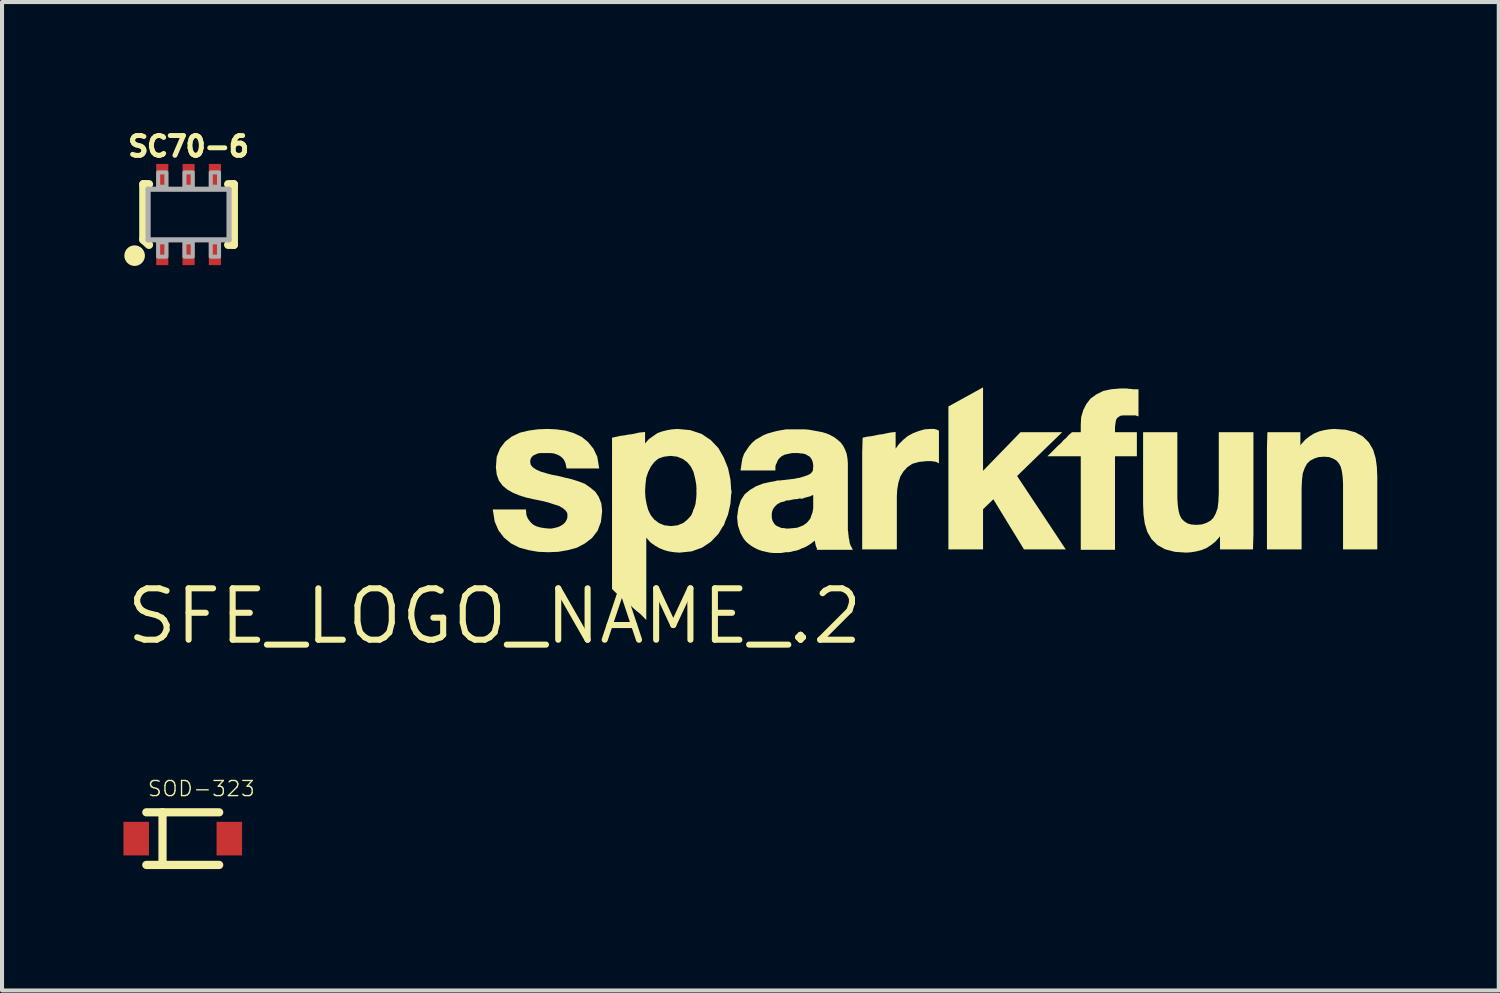
<source format=kicad_pcb>
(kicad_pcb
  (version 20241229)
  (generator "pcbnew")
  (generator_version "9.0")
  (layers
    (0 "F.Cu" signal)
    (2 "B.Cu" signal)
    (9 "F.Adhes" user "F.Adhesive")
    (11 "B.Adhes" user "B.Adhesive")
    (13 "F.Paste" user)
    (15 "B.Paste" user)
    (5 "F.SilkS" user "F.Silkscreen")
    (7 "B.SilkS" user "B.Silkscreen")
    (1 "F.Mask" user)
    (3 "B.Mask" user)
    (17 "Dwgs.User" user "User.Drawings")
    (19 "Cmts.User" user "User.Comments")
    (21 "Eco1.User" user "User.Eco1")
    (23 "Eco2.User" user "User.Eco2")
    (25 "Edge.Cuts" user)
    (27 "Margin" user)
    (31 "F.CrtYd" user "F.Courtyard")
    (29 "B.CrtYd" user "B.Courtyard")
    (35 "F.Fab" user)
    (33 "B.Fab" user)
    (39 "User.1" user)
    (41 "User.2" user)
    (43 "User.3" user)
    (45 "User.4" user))
  (footprint "SC70-6"
    (layer "F.Cu")
    (at 1.609 2.25)
    (property "Reference" "SC70-6" (at 0 -1.397 0) (layer "F.SilkS") (effects (font (size 0.488 0.488) (thickness 0.122)) (justify bottom)))
    (fp_line (start -1.118 -0.749) (end -1.118 0.622) (stroke (width 0.203) (type solid)) (layer "F.SilkS"))
    (fp_line (start -1.118 0.622) (end -0.978 0.749) (stroke (width 0.203) (type solid)) (layer "F.SilkS"))
    (fp_line (start -0.978 -0.749) (end -1.118 -0.749) (stroke (width 0.203) (type solid)) (layer "F.SilkS"))
    (fp_line (start 0.978 0.749) (end 1.118 0.749) (stroke (width 0.203) (type solid)) (layer "F.SilkS"))
    (fp_line (start 1.118 -0.749) (end 0.978 -0.749) (stroke (width 0.203) (type solid)) (layer "F.SilkS"))
    (fp_line (start 1.118 0.749) (end 1.118 -0.749) (stroke (width 0.203) (type solid)) (layer "F.SilkS"))
    (fp_circle (center -1.333 1.016) (end -1.206 1.016) (stroke (width 0.254) (type solid)) (fill yes) (layer "F.SilkS"))
    (fp_line (start -1 -0.625) (end -1 0.625) (stroke (width 0.127) (type solid)) (layer "F.Fab"))
    (fp_line (start -1 0.625) (end 1 0.625) (stroke (width 0.127) (type solid)) (layer "F.Fab"))
    (fp_line (start 1 -0.625) (end -1 -0.625) (stroke (width 0.127) (type solid)) (layer "F.Fab"))
    (fp_line (start 1 0.625) (end 1 -0.625) (stroke (width 0.127) (type solid)) (layer "F.Fab"))
    (fp_poly (pts (xy -0.752 -0.686) (xy -0.548 -0.686) (xy -0.548 -1.041) (xy -0.752 -1.041)) (stroke (width 0.1) (type solid)) (fill no) (layer "F.Fab"))
    (fp_poly (pts (xy -0.752 1.041) (xy -0.548 1.041) (xy -0.548 0.686) (xy -0.752 0.686)) (stroke (width 0.1) (type solid)) (fill no) (layer "F.Fab"))
    (fp_poly (pts (xy -0.102 -0.686) (xy 0.102 -0.686) (xy 0.102 -1.041) (xy -0.102 -1.041)) (stroke (width 0.1) (type solid)) (fill no) (layer "F.Fab"))
    (fp_poly (pts (xy -0.102 1.041) (xy 0.102 1.041) (xy 0.102 0.686) (xy -0.102 0.686)) (stroke (width 0.1) (type solid)) (fill no) (layer "F.Fab"))
    (fp_poly (pts (xy 0.548 -0.686) (xy 0.752 -0.686) (xy 0.752 -1.041) (xy 0.548 -1.041)) (stroke (width 0.1) (type solid)) (fill no) (layer "F.Fab"))
    (fp_poly (pts (xy 0.548 1.041) (xy 0.752 1.041) (xy 0.752 0.686) (xy 0.548 0.686)) (stroke (width 0.1) (type solid)) (fill no) (layer "F.Fab"))
    (pad "1" smd rect (at -0.65 0.92 180) (size 0.3 0.66) (layers "F.Cu" "F.Mask" "F.Paste"))
    (pad "2" smd rect (at 0 0.92 180) (size 0.3 0.66) (layers "F.Cu" "F.Mask" "F.Paste"))
    (pad "3" smd rect (at 0.65 0.92 180) (size 0.3 0.66) (layers "F.Cu" "F.Mask" "F.Paste"))
    (pad "4" smd rect (at 0.65 -0.92) (size 0.3 0.66) (layers "F.Cu" "F.Mask" "F.Paste"))
    (pad "5" smd rect (at 0 -0.92) (size 0.3 0.66) (layers "F.Cu" "F.Mask" "F.Paste"))
    (pad "6" smd rect (at -0.65 -0.92) (size 0.3 0.66) (layers "F.Cu" "F.Mask" "F.Paste")))
  (footprint "SOD-323"
    (layer "F.Cu")
    (at 1.465 17.669)
    (property "Reference" "SOD-323" (at -0.889 -1.016 0) (layer "F.SilkS") (effects (font (size 0.374 0.374) (thickness 0.033)) (justify left bottom)))
    (fp_line (start -0.9 -0.65) (end -0.5 -0.65) (stroke (width 0.203) (type solid)) (layer "F.SilkS"))
    (fp_line (start -0.9 0.65) (end -0.5 0.65) (stroke (width 0.203) (type solid)) (layer "F.SilkS"))
    (fp_line (start -0.5 -0.65) (end -0.5 0.65) (stroke (width 0.203) (type solid)) (layer "F.SilkS"))
    (fp_line (start -0.5 -0.65) (end 0.9 -0.65) (stroke (width 0.203) (type solid)) (layer "F.SilkS"))
    (fp_line (start -0.5 0.65) (end 0.9 0.65) (stroke (width 0.203) (type solid)) (layer "F.SilkS"))
    (pad "A" smd rect (at 1.15 0) (size 0.63 0.83) (layers "F.Cu" "F.Mask" "F.Paste"))
    (pad "C" smd rect (at -1.15 0) (size 0.63 0.83) (layers "F.Cu" "F.Mask" "F.Paste")))
  (footprint "SFE_LOGO_NAME_.2"
    (layer "F.Cu")
    (at 9.169 12.175)
    (property "Reference" "SFE_LOGO_NAME_.2" (at 0 0 0) (layer "F.SilkS") (effects (font (size 1.27 1.27) (thickness 0.15))))
    (fp_poly (pts (xy 5.851 -3.107) (xy 5.828 -2.784) (xy 5.766 -2.508) (xy 5.65 -2.228) (xy 4.903 -2.59) (xy 4.963 -2.768) (xy 4.982 -2.923) (xy 4.994 -3.129)) (stroke (width 0) (type solid)) (fill yes) (layer "F.SilkS"))
    (fp_poly (pts (xy 12.068 -3.594) (xy 12.994 -4.548) (xy 14.024 -4.548) (xy 12.909 -3.465) (xy 14.111 -1.652) (xy 13.079 -1.652) (xy 12.322 -2.89) (xy 12.068 -2.644) (xy 12.068 -1.652) (xy 11.212 -1.652) (xy 11.212 -5.183) (xy 12.068 -5.655)) (stroke (width 0) (type solid)) (fill yes) (layer "F.SilkS"))
    (fp_poly (pts (xy 7.638 -2.912) (xy 7.545 -2.912) (xy 7.508 -2.903) (xy 7.454 -2.892) (xy 7.405 -2.892) (xy 7.368 -2.883) (xy 7.318 -2.873) (xy 7.275 -2.862) (xy 7.225 -2.862) (xy 7.188 -2.853) (xy 7.104 -2.836) (xy 6.939 -3.343) (xy 7.166 -3.368) (xy 7.335 -3.388) (xy 7.519 -3.412)) (stroke (width 0) (type solid)) (fill yes) (layer "F.SilkS"))
    (fp_poly (pts (xy 10.889 -4.618) (xy 10.909 -4.618) (xy 10.937 -4.604) (xy 10.978 -4.584) (xy 10.978 -3.778) (xy 10.907 -3.814) (xy 10.875 -3.822) (xy 10.845 -3.822) (xy 10.805 -3.832) (xy 10.672 -3.832) (xy 10.477 -3.812) (xy 10.317 -3.765) (xy 10.195 -3.681) (xy 10.101 -3.577) (xy 10.025 -3.454) (xy 9.977 -3.301) (xy 9.948 -3.136) (xy 9.938 -2.959) (xy 9.938 -1.652) (xy 9.082 -1.652) (xy 9.082 -4.041) (xy 9.093 -4.411) (xy 9.214 -4.438) (xy 9.304 -4.448) (xy 9.402 -4.467) (xy 9.494 -4.488) (xy 9.584 -4.498) (xy 9.672 -4.517) (xy 9.774 -4.538) (xy 9.908 -4.553) (xy 9.908 -4.141) (xy 9.991 -4.255) (xy 10.094 -4.358) (xy 10.209 -4.452) (xy 10.344 -4.525) (xy 10.478 -4.576) (xy 10.623 -4.618) (xy 10.769 -4.628) (xy 10.869 -4.628)) (stroke (width 0) (type solid)) (fill yes) (layer "F.SilkS"))
    (fp_poly (pts (xy 15.674 -5.618) (xy 15.724 -5.618) (xy 15.774 -5.608) (xy 15.908 -5.608) (xy 15.908 -4.937) (xy 15.834 -4.962) (xy 15.523 -4.962) (xy 15.463 -4.953) (xy 15.421 -4.928) (xy 15.387 -4.903) (xy 15.364 -4.872) (xy 15.347 -4.821) (xy 15.338 -4.755) (xy 15.328 -4.678) (xy 15.328 -4.548) (xy 15.868 -4.548) (xy 15.868 -3.952) (xy 15.328 -3.952) (xy 15.328 -1.642) (xy 14.482 -1.642) (xy 14.482 -3.952) (xy 13.658 -3.952) (xy 13.853 -4.147) (xy 13.924 -4.218) (xy 13.993 -4.277) (xy 14.053 -4.347) (xy 14.123 -4.407) (xy 14.183 -4.477) (xy 14.266 -4.548) (xy 14.482 -4.548) (xy 14.482 -4.731) (xy 14.492 -4.917) (xy 14.544 -5.094) (xy 14.618 -5.24) (xy 14.723 -5.378) (xy 14.87 -5.483) (xy 15.037 -5.566) (xy 15.234 -5.608) (xy 15.458 -5.628) (xy 15.624 -5.628)) (stroke (width 0) (type solid)) (fill yes) (layer "F.SilkS"))
    (fp_poly (pts (xy 16.868 -2.921) (xy 16.878 -2.754) (xy 16.897 -2.617) (xy 16.926 -2.503) (xy 16.971 -2.413) (xy 17.034 -2.35) (xy 17.116 -2.295) (xy 17.207 -2.268) (xy 17.33 -2.258) (xy 17.473 -2.268) (xy 17.585 -2.305) (xy 17.687 -2.361) (xy 17.759 -2.433) (xy 17.815 -2.536) (xy 17.863 -2.669) (xy 17.882 -2.833) (xy 17.892 -3.031) (xy 17.892 -4.548) (xy 18.748 -4.548) (xy 18.748 -2.039) (xy 18.737 -1.652) (xy 17.922 -1.652) (xy 17.922 -1.977) (xy 17.9 -1.946) (xy 17.806 -1.842) (xy 17.702 -1.759) (xy 17.588 -1.686) (xy 17.462 -1.634) (xy 17.338 -1.603) (xy 17.215 -1.582) (xy 17.09 -1.572) (xy 16.804 -1.592) (xy 16.566 -1.654) (xy 16.377 -1.759) (xy 16.23 -1.906) (xy 16.125 -2.085) (xy 16.063 -2.292) (xy 16.032 -2.517) (xy 16.022 -2.769) (xy 16.022 -4.548) (xy 16.868 -4.548)) (stroke (width 0) (type solid)) (fill yes) (layer "F.SilkS"))
    (fp_poly (pts (xy 21.026 -4.608) (xy 21.264 -4.546) (xy 21.453 -4.441) (xy 21.6 -4.294) (xy 21.705 -4.115) (xy 21.767 -3.908) (xy 21.798 -3.683) (xy 21.808 -3.431) (xy 21.808 -1.652) (xy 20.962 -1.652) (xy 20.962 -3.279) (xy 20.952 -3.446) (xy 20.933 -3.583) (xy 20.904 -3.696) (xy 20.859 -3.778) (xy 20.796 -3.85) (xy 20.714 -3.896) (xy 20.621 -3.932) (xy 20.5 -3.942) (xy 20.357 -3.932) (xy 20.245 -3.895) (xy 20.143 -3.839) (xy 20.071 -3.767) (xy 20.015 -3.664) (xy 19.967 -3.531) (xy 19.948 -3.367) (xy 19.938 -3.169) (xy 19.938 -1.652) (xy 19.082 -1.652) (xy 19.082 -4.161) (xy 19.093 -4.548) (xy 19.908 -4.548) (xy 19.908 -4.223) (xy 19.93 -4.254) (xy 20.024 -4.358) (xy 20.128 -4.441) (xy 20.242 -4.514) (xy 20.368 -4.566) (xy 20.492 -4.597) (xy 20.615 -4.618) (xy 20.74 -4.628)) (stroke (width 0) (type solid)) (fill yes) (layer "F.SilkS"))
    (fp_poly (pts (xy 4.838 -4.598) (xy 5.117 -4.504) (xy 5.345 -4.349) (xy 5.531 -4.153) (xy 5.664 -3.917) (xy 5.767 -3.661) (xy 5.828 -3.375) (xy 5.851 -3.031) (xy 4.994 -3.053) (xy 4.982 -3.255) (xy 4.953 -3.412) (xy 4.914 -3.567) (xy 4.848 -3.699) (xy 4.763 -3.802) (xy 4.651 -3.886) (xy 4.511 -3.943) (xy 4.35 -3.962) (xy 4.188 -3.943) (xy 4.049 -3.896) (xy 3.948 -3.813) (xy 3.863 -3.7) (xy 3.795 -3.565) (xy 3.747 -3.422) (xy 3.728 -3.257) (xy 3.718 -3.09) (xy 3.728 -2.925) (xy 3.757 -2.768) (xy 3.796 -2.624) (xy 3.862 -2.491) (xy 3.947 -2.388) (xy 4.059 -2.303) (xy 4.19 -2.247) (xy 4.36 -2.228) (xy 4.521 -2.247) (xy 4.66 -2.303) (xy 4.764 -2.388) (xy 4.858 -2.491) (xy 4.931 -2.662) (xy 5.684 -2.296) (xy 5.531 -2.037) (xy 5.345 -1.841) (xy 5.127 -1.696) (xy 4.869 -1.603) (xy 4.571 -1.572) (xy 4.436 -1.582) (xy 4.302 -1.603) (xy 4.188 -1.634) (xy 4.063 -1.686) (xy 3.959 -1.748) (xy 3.854 -1.821) (xy 3.771 -1.915) (xy 3.748 -1.944) (xy 3.748 0.092) (xy 3.595 -0.062) (xy 3.495 -0.141) (xy 3.394 -0.232) (xy 3.305 -0.322) (xy 3.205 -0.401) (xy 3.105 -0.491) (xy 3.005 -0.572) (xy 2.902 -0.674) (xy 2.902 -4.411) (xy 3.022 -4.437) (xy 3.114 -4.458) (xy 3.204 -4.468) (xy 3.304 -4.488) (xy 3.394 -4.498) (xy 3.482 -4.517) (xy 3.574 -4.538) (xy 3.718 -4.552) (xy 3.718 -4.267) (xy 3.73 -4.284) (xy 3.814 -4.379) (xy 3.918 -4.451) (xy 4.022 -4.524) (xy 4.139 -4.566) (xy 4.262 -4.597) (xy 4.385 -4.618) (xy 4.52 -4.628)) (stroke (width 0) (type solid)) (fill yes) (layer "F.SilkS"))
    (fp_poly (pts (xy 1.523 -4.618) (xy 1.748 -4.587) (xy 1.954 -4.526) (xy 2.15 -4.433) (xy 2.307 -4.307) (xy 2.442 -4.14) (xy 2.537 -3.942) (xy 2.585 -3.652) (xy 1.779 -3.652) (xy 1.753 -3.778) (xy 1.717 -3.86) (xy 1.673 -3.913) (xy 1.619 -3.958) (xy 1.545 -3.995) (xy 1.462 -4.023) (xy 1.378 -4.032) (xy 1.133 -4.032) (xy 1.07 -4.023) (xy 1.006 -3.995) (xy 0.953 -3.969) (xy 0.911 -3.927) (xy 0.887 -3.879) (xy 0.879 -3.812) (xy 0.895 -3.738) (xy 0.946 -3.679) (xy 1.029 -3.623) (xy 1.134 -3.576) (xy 1.261 -3.537) (xy 1.408 -3.497) (xy 1.568 -3.467) (xy 1.729 -3.427) (xy 1.9 -3.387) (xy 2.062 -3.336) (xy 2.228 -3.274) (xy 2.363 -3.18) (xy 2.489 -3.076) (xy 2.574 -2.948) (xy 2.637 -2.789) (xy 2.658 -2.6) (xy 2.627 -2.331) (xy 2.544 -2.111) (xy 2.407 -1.933) (xy 2.231 -1.798) (xy 2.034 -1.694) (xy 1.808 -1.633) (xy 1.574 -1.592) (xy 1.33 -1.582) (xy 1.076 -1.592) (xy 0.842 -1.633) (xy 0.616 -1.694) (xy 0.409 -1.798) (xy 0.232 -1.943) (xy 0.097 -2.121) (xy 0.003 -2.339) (xy -0.045 -2.638) (xy 0.775 -2.638) (xy 0.787 -2.499) (xy 0.824 -2.409) (xy 0.879 -2.335) (xy 0.943 -2.271) (xy 1.025 -2.225) (xy 1.119 -2.197) (xy 1.225 -2.178) (xy 1.332 -2.168) (xy 1.416 -2.168) (xy 1.501 -2.187) (xy 1.577 -2.206) (xy 1.65 -2.243) (xy 1.714 -2.288) (xy 1.758 -2.341) (xy 1.793 -2.411) (xy 1.802 -2.49) (xy 1.793 -2.556) (xy 1.752 -2.614) (xy 1.688 -2.669) (xy 1.594 -2.725) (xy 1.468 -2.764) (xy 1.32 -2.813) (xy 1.152 -2.853) (xy 0.952 -2.893) (xy 0.78 -2.933) (xy 0.617 -2.984) (xy 0.463 -3.046) (xy 0.318 -3.128) (xy 0.202 -3.223) (xy 0.106 -3.352) (xy 0.053 -3.501) (xy 0.032 -3.679) (xy 0.052 -3.939) (xy 0.136 -4.149) (xy 0.263 -4.317) (xy 0.43 -4.443) (xy 0.627 -4.536) (xy 0.843 -4.587) (xy 1.067 -4.618) (xy 1.3 -4.628)) (stroke (width 0) (type solid)) (fill yes) (layer "F.SilkS"))
    (fp_poly (pts (xy 7.775 -4.608) (xy 7.887 -4.587) (xy 7.997 -4.567) (xy 8.099 -4.547) (xy 8.203 -4.516) (xy 8.297 -4.474) (xy 8.391 -4.422) (xy 8.474 -4.36) (xy 8.548 -4.296) (xy 8.613 -4.21) (xy 8.655 -4.126) (xy 8.697 -4.021) (xy 8.718 -3.905) (xy 8.728 -3.782) (xy 8.728 -2.124) (xy 8.738 -2.074) (xy 8.738 -2.034) (xy 8.748 -1.984) (xy 8.748 -1.945) (xy 8.757 -1.909) (xy 8.768 -1.865) (xy 8.768 -1.835) (xy 8.777 -1.801) (xy 8.795 -1.747) (xy 8.813 -1.719) (xy 8.852 -1.642) (xy 7.962 -1.642) (xy 7.962 -1.684) (xy 7.959 -1.687) (xy 7.942 -1.721) (xy 7.942 -1.734) (xy 7.932 -1.744) (xy 7.932 -1.771) (xy 7.922 -1.791) (xy 7.922 -1.821) (xy 7.912 -1.841) (xy 7.912 -1.871) (xy 7.874 -1.84) (xy 7.823 -1.799) (xy 7.76 -1.758) (xy 7.708 -1.727) (xy 7.645 -1.695) (xy 7.585 -1.675) (xy 7.525 -1.645) (xy 7.459 -1.623) (xy 7.398 -1.613) (xy 7.328 -1.593) (xy 7.263 -1.582) (xy 7.193 -1.582) (xy 7.136 -1.572) (xy 7.063 -1.562) (xy 6.898 -1.562) (xy 6.794 -1.572) (xy 6.702 -1.593) (xy 6.61 -1.613) (xy 6.515 -1.645) (xy 6.432 -1.686) (xy 6.359 -1.728) (xy 6.287 -1.78) (xy 6.223 -1.833) (xy 6.159 -1.908) (xy 6.075 -2.054) (xy 6.044 -2.148) (xy 6.013 -2.242) (xy 6.002 -2.336) (xy 5.992 -2.451) (xy 6.023 -2.679) (xy 6.085 -2.867) (xy 6.181 -3.016) (xy 6.308 -3.121) (xy 6.463 -3.214) (xy 6.629 -3.277) (xy 6.802 -3.317) (xy 7.016 -3.353) (xy 7.179 -2.843) (xy 7.099 -2.823) (xy 7.066 -2.815) (xy 7.039 -2.797) (xy 6.999 -2.777) (xy 6.974 -2.76) (xy 6.92 -2.706) (xy 6.883 -2.651) (xy 6.866 -2.617) (xy 6.857 -2.582) (xy 6.848 -2.536) (xy 6.848 -2.444) (xy 6.857 -2.398) (xy 6.866 -2.363) (xy 6.883 -2.329) (xy 6.92 -2.274) (xy 6.944 -2.25) (xy 6.969 -2.233) (xy 7.005 -2.215) (xy 7.035 -2.205) (xy 7.073 -2.186) (xy 7.105 -2.178) (xy 7.155 -2.178) (xy 7.195 -2.168) (xy 7.278 -2.168) (xy 7.386 -2.178) (xy 7.472 -2.187) (xy 7.556 -2.216) (xy 7.622 -2.244) (xy 7.677 -2.281) (xy 7.723 -2.317) (xy 7.797 -2.409) (xy 7.814 -2.453) (xy 7.834 -2.513) (xy 7.853 -2.56) (xy 7.863 -2.617) (xy 7.872 -2.664) (xy 7.872 -2.994) (xy 7.836 -2.985) (xy 7.806 -2.965) (xy 7.759 -2.953) (xy 7.562 -2.904) (xy 7.444 -3.397) (xy 7.619 -3.446) (xy 7.735 -3.485) (xy 7.814 -3.529) (xy 7.863 -3.594) (xy 7.872 -3.692) (xy 7.872 -3.737) (xy 7.863 -3.792) (xy 7.854 -3.828) (xy 7.836 -3.872) (xy 7.8 -3.926) (xy 7.777 -3.949) (xy 7.741 -3.967) (xy 7.711 -3.987) (xy 7.677 -4.004) (xy 7.642 -4.013) (xy 7.596 -4.022) (xy 7.556 -4.022) (xy 7.506 -4.032) (xy 7.354 -4.032) (xy 7.258 -4.013) (xy 7.218 -4.003) (xy 7.172 -3.994) (xy 7.099 -3.957) (xy 7.074 -3.94) (xy 7.02 -3.886) (xy 7.003 -3.861) (xy 6.985 -3.824) (xy 6.965 -3.774) (xy 6.946 -3.738) (xy 6.938 -3.696) (xy 6.938 -3.602) (xy 6.076 -3.602) (xy 6.102 -3.776) (xy 6.123 -3.9) (xy 6.166 -4.017) (xy 6.228 -4.111) (xy 6.29 -4.203) (xy 6.363 -4.287) (xy 6.448 -4.361) (xy 6.541 -4.413) (xy 6.643 -4.474) (xy 6.748 -4.516) (xy 6.86 -4.547) (xy 6.972 -4.577) (xy 7.083 -4.598) (xy 7.207 -4.618) (xy 7.662 -4.618)) (stroke (width 0) (type solid)) (fill yes) (layer "F.SilkS")))
  (gr_rect
    (start -3 -3)
    (end 33.978 21.42)
    (stroke (width 0.1) (type default))
    (fill no)
    (layer "Edge.Cuts")))
</source>
